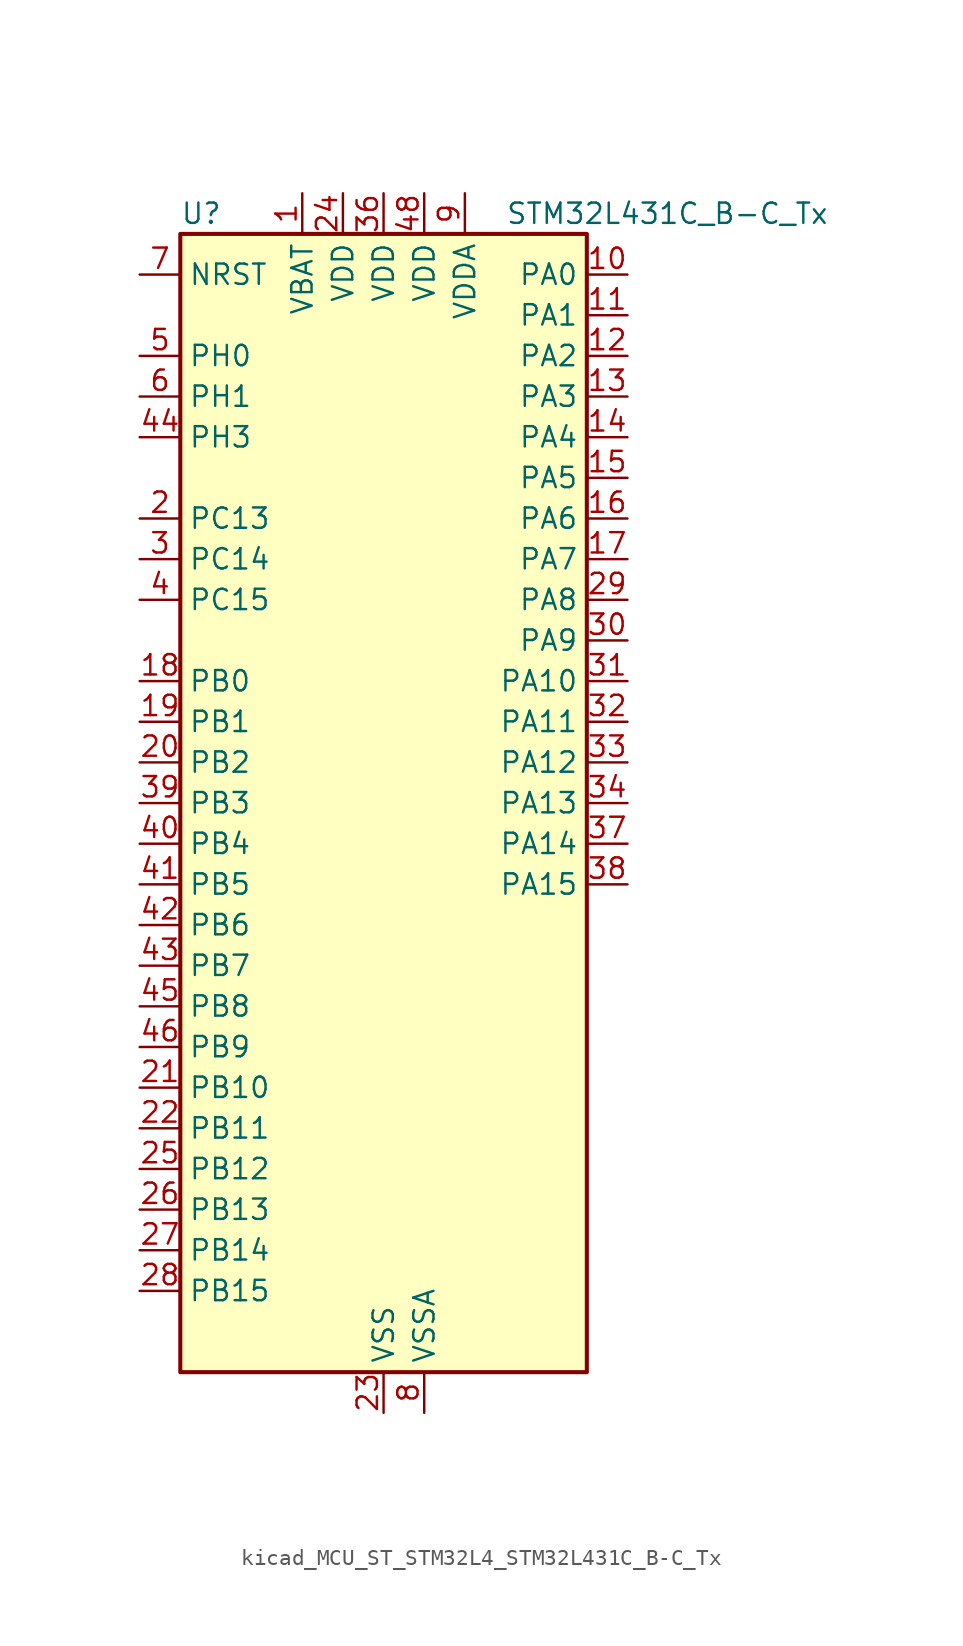
<source format=kicad_sym>
(kicad_symbol_lib
  (version 20220914)
  (generator kicad_symbol_editor)
  (symbol "kicad_MCU_ST_STM32L4_STM32L431C_B-C_Tx"
    (property "Reference" "U"
      (at -12.7 36.83 0)
      (effects (font (size 1.27 1.27)) (justify left)))
    (property "Value" "STM32L431C_B-C_Tx"
      (at 7.62 36.83 0)
      (effects (font (size 1.27 1.27)) (justify left)))
    (property "ki_locked" ""
      (at 0 0 0)
      (effects (font (size 1.27 1.27))))
    (symbol "kicad_MCU_ST_STM32L4_STM32L431C_B-C_Tx_0_1"
      (rectangle (start -12.7 -35.56) (end 12.7 35.56) (stroke (width 0.254) (type default)) (fill (type background))))
    (symbol "kicad_MCU_ST_STM32L4_STM32L431C_B-C_Tx_1_1"
      (pin power_in line (at -5.08 38.1 270) (length 2.54) (name "VBAT" (effects (font (size 1.27 1.27)))) (number "1" (effects (font (size 1.27 1.27)))))
      (pin bidirectional line (at 15.24 33.02 180) (length 2.54) (name "PA0" (effects (font (size 1.27 1.27)))) (number "10" (effects (font (size 1.27 1.27)))) (alternate "ADC1_IN5" bidirectional line) (alternate "COMP1_INM" bidirectional line) (alternate "COMP1_OUT" bidirectional line) (alternate "OPAMP1_VINP" bidirectional line) (alternate "RTC_TAMP2" bidirectional line) (alternate "SAI1_EXTCLK" bidirectional line) (alternate "SYS_WKUP1" bidirectional line) (alternate "TIM2_CH1" bidirectional line) (alternate "TIM2_ETR" bidirectional line) (alternate "USART2_CTS" bidirectional line))
      (pin bidirectional line (at 15.24 30.48 180) (length 2.54) (name "PA1" (effects (font (size 1.27 1.27)))) (number "11" (effects (font (size 1.27 1.27)))) (alternate "ADC1_IN6" bidirectional line) (alternate "COMP1_INP" bidirectional line) (alternate "I2C1_SMBA" bidirectional line) (alternate "OPAMP1_VINM" bidirectional line) (alternate "SPI1_SCK" bidirectional line) (alternate "TIM15_CH1N" bidirectional line) (alternate "TIM2_CH2" bidirectional line) (alternate "USART2_DE" bidirectional line) (alternate "USART2_RTS" bidirectional line))
      (pin bidirectional line (at 15.24 27.94 180) (length 2.54) (name "PA2" (effects (font (size 1.27 1.27)))) (number "12" (effects (font (size 1.27 1.27)))) (alternate "ADC1_IN7" bidirectional line) (alternate "COMP2_INM" bidirectional line) (alternate "COMP2_OUT" bidirectional line) (alternate "LPUART1_TX" bidirectional line) (alternate "QUADSPI_BK1_NCS" bidirectional line) (alternate "RCC_LSCO" bidirectional line) (alternate "SYS_WKUP4" bidirectional line) (alternate "TIM15_CH1" bidirectional line) (alternate "TIM2_CH3" bidirectional line) (alternate "USART2_TX" bidirectional line))
      (pin bidirectional line (at 15.24 25.4 180) (length 2.54) (name "PA3" (effects (font (size 1.27 1.27)))) (number "13" (effects (font (size 1.27 1.27)))) (alternate "ADC1_IN8" bidirectional line) (alternate "COMP2_INP" bidirectional line) (alternate "LPUART1_RX" bidirectional line) (alternate "OPAMP1_VOUT" bidirectional line) (alternate "QUADSPI_CLK" bidirectional line) (alternate "SAI1_MCLK_A" bidirectional line) (alternate "TIM15_CH2" bidirectional line) (alternate "TIM2_CH4" bidirectional line) (alternate "USART2_RX" bidirectional line))
      (pin bidirectional line (at 15.24 22.86 180) (length 2.54) (name "PA4" (effects (font (size 1.27 1.27)))) (number "14" (effects (font (size 1.27 1.27)))) (alternate "ADC1_IN9" bidirectional line) (alternate "COMP1_INM" bidirectional line) (alternate "COMP2_INM" bidirectional line) (alternate "DAC1_OUT1" bidirectional line) (alternate "LPTIM2_OUT" bidirectional line) (alternate "SAI1_FS_B" bidirectional line) (alternate "SPI1_NSS" bidirectional line) (alternate "SPI3_NSS" bidirectional line) (alternate "USART2_CK" bidirectional line))
      (pin bidirectional line (at 15.24 20.32 180) (length 2.54) (name "PA5" (effects (font (size 1.27 1.27)))) (number "15" (effects (font (size 1.27 1.27)))) (alternate "ADC1_IN10" bidirectional line) (alternate "COMP1_INM" bidirectional line) (alternate "COMP2_INM" bidirectional line) (alternate "DAC1_OUT2" bidirectional line) (alternate "LPTIM2_ETR" bidirectional line) (alternate "SPI1_SCK" bidirectional line) (alternate "TIM2_CH1" bidirectional line) (alternate "TIM2_ETR" bidirectional line))
      (pin bidirectional line (at 15.24 17.78 180) (length 2.54) (name "PA6" (effects (font (size 1.27 1.27)))) (number "16" (effects (font (size 1.27 1.27)))) (alternate "ADC1_IN11" bidirectional line) (alternate "COMP1_OUT" bidirectional line) (alternate "LPUART1_CTS" bidirectional line) (alternate "QUADSPI_BK1_IO3" bidirectional line) (alternate "SPI1_MISO" bidirectional line) (alternate "TIM16_CH1" bidirectional line) (alternate "TIM1_BKIN" bidirectional line) (alternate "TIM1_BKIN_COMP2" bidirectional line) (alternate "USART3_CTS" bidirectional line))
      (pin bidirectional line (at 15.24 15.24 180) (length 2.54) (name "PA7" (effects (font (size 1.27 1.27)))) (number "17" (effects (font (size 1.27 1.27)))) (alternate "ADC1_IN12" bidirectional line) (alternate "COMP2_OUT" bidirectional line) (alternate "I2C3_SCL" bidirectional line) (alternate "QUADSPI_BK1_IO2" bidirectional line) (alternate "SPI1_MOSI" bidirectional line) (alternate "TIM1_CH1N" bidirectional line))
      (pin bidirectional line (at -15.24 7.62 0) (length 2.54) (name "PB0" (effects (font (size 1.27 1.27)))) (number "18" (effects (font (size 1.27 1.27)))) (alternate "ADC1_IN15" bidirectional line) (alternate "COMP1_OUT" bidirectional line) (alternate "QUADSPI_BK1_IO1" bidirectional line) (alternate "SAI1_EXTCLK" bidirectional line) (alternate "SPI1_NSS" bidirectional line) (alternate "TIM1_CH2N" bidirectional line) (alternate "USART3_CK" bidirectional line))
      (pin bidirectional line (at -15.24 5.08 0) (length 2.54) (name "PB1" (effects (font (size 1.27 1.27)))) (number "19" (effects (font (size 1.27 1.27)))) (alternate "ADC1_IN16" bidirectional line) (alternate "COMP1_INM" bidirectional line) (alternate "LPTIM2_IN1" bidirectional line) (alternate "LPUART1_DE" bidirectional line) (alternate "LPUART1_RTS" bidirectional line) (alternate "QUADSPI_BK1_IO0" bidirectional line) (alternate "TIM1_CH3N" bidirectional line) (alternate "USART3_DE" bidirectional line) (alternate "USART3_RTS" bidirectional line))
      (pin bidirectional line (at -15.24 17.78 0) (length 2.54) (name "PC13" (effects (font (size 1.27 1.27)))) (number "2" (effects (font (size 1.27 1.27)))) (alternate "RTC_OUT_ALARM" bidirectional line) (alternate "RTC_OUT_CALIB" bidirectional line) (alternate "RTC_TAMP1" bidirectional line) (alternate "RTC_TS" bidirectional line) (alternate "SYS_WKUP2" bidirectional line))
      (pin bidirectional line (at -15.24 2.54 0) (length 2.54) (name "PB2" (effects (font (size 1.27 1.27)))) (number "20" (effects (font (size 1.27 1.27)))) (alternate "COMP1_INP" bidirectional line) (alternate "I2C3_SMBA" bidirectional line) (alternate "LPTIM1_OUT" bidirectional line) (alternate "RTC_OUT_ALARM" bidirectional line) (alternate "RTC_OUT_CALIB" bidirectional line))
      (pin bidirectional line (at -15.24 -17.78 0) (length 2.54) (name "PB10" (effects (font (size 1.27 1.27)))) (number "21" (effects (font (size 1.27 1.27)))) (alternate "COMP1_OUT" bidirectional line) (alternate "I2C2_SCL" bidirectional line) (alternate "LPUART1_RX" bidirectional line) (alternate "QUADSPI_CLK" bidirectional line) (alternate "SAI1_SCK_A" bidirectional line) (alternate "SPI2_SCK" bidirectional line) (alternate "TIM2_CH3" bidirectional line) (alternate "TSC_SYNC" bidirectional line) (alternate "USART3_TX" bidirectional line))
      (pin bidirectional line (at -15.24 -20.32 0) (length 2.54) (name "PB11" (effects (font (size 1.27 1.27)))) (number "22" (effects (font (size 1.27 1.27)))) (alternate "ADC1_EXTI11" bidirectional line) (alternate "COMP2_OUT" bidirectional line) (alternate "I2C2_SDA" bidirectional line) (alternate "LPUART1_TX" bidirectional line) (alternate "QUADSPI_BK1_NCS" bidirectional line) (alternate "TIM2_CH4" bidirectional line) (alternate "USART3_RX" bidirectional line))
      (pin power_in line (at 0 -38.1 90) (length 2.54) (name "VSS" (effects (font (size 1.27 1.27)))) (number "23" (effects (font (size 1.27 1.27)))))
      (pin power_in line (at -2.54 38.1 270) (length 2.54) (name "VDD" (effects (font (size 1.27 1.27)))) (number "24" (effects (font (size 1.27 1.27)))))
      (pin bidirectional line (at -15.24 -22.86 0) (length 2.54) (name "PB12" (effects (font (size 1.27 1.27)))) (number "25" (effects (font (size 1.27 1.27)))) (alternate "I2C2_SMBA" bidirectional line) (alternate "LPUART1_DE" bidirectional line) (alternate "LPUART1_RTS" bidirectional line) (alternate "SAI1_FS_A" bidirectional line) (alternate "SPI2_NSS" bidirectional line) (alternate "SWPMI1_IO" bidirectional line) (alternate "TIM15_BKIN" bidirectional line) (alternate "TIM1_BKIN" bidirectional line) (alternate "TIM1_BKIN_COMP2" bidirectional line) (alternate "TSC_G1_IO1" bidirectional line) (alternate "USART3_CK" bidirectional line))
      (pin bidirectional line (at -15.24 -25.4 0) (length 2.54) (name "PB13" (effects (font (size 1.27 1.27)))) (number "26" (effects (font (size 1.27 1.27)))) (alternate "I2C2_SCL" bidirectional line) (alternate "LPUART1_CTS" bidirectional line) (alternate "SAI1_SCK_A" bidirectional line) (alternate "SPI2_SCK" bidirectional line) (alternate "SWPMI1_TX" bidirectional line) (alternate "TIM15_CH1N" bidirectional line) (alternate "TIM1_CH1N" bidirectional line) (alternate "TSC_G1_IO2" bidirectional line) (alternate "USART3_CTS" bidirectional line))
      (pin bidirectional line (at -15.24 -27.94 0) (length 2.54) (name "PB14" (effects (font (size 1.27 1.27)))) (number "27" (effects (font (size 1.27 1.27)))) (alternate "I2C2_SDA" bidirectional line) (alternate "SAI1_MCLK_A" bidirectional line) (alternate "SPI2_MISO" bidirectional line) (alternate "SWPMI1_RX" bidirectional line) (alternate "TIM15_CH1" bidirectional line) (alternate "TIM1_CH2N" bidirectional line) (alternate "TSC_G1_IO3" bidirectional line) (alternate "USART3_DE" bidirectional line) (alternate "USART3_RTS" bidirectional line))
      (pin bidirectional line (at -15.24 -30.48 0) (length 2.54) (name "PB15" (effects (font (size 1.27 1.27)))) (number "28" (effects (font (size 1.27 1.27)))) (alternate "ADC1_EXTI15" bidirectional line) (alternate "RTC_REFIN" bidirectional line) (alternate "SAI1_SD_A" bidirectional line) (alternate "SPI2_MOSI" bidirectional line) (alternate "SWPMI1_SUSPEND" bidirectional line) (alternate "TIM15_CH2" bidirectional line) (alternate "TIM1_CH3N" bidirectional line) (alternate "TSC_G1_IO4" bidirectional line))
      (pin bidirectional line (at 15.24 12.7 180) (length 2.54) (name "PA8" (effects (font (size 1.27 1.27)))) (number "29" (effects (font (size 1.27 1.27)))) (alternate "LPTIM2_OUT" bidirectional line) (alternate "RCC_MCO" bidirectional line) (alternate "SAI1_SCK_A" bidirectional line) (alternate "SWPMI1_IO" bidirectional line) (alternate "TIM1_CH1" bidirectional line) (alternate "USART1_CK" bidirectional line))
      (pin bidirectional line (at -15.24 15.24 0) (length 2.54) (name "PC14" (effects (font (size 1.27 1.27)))) (number "3" (effects (font (size 1.27 1.27)))) (alternate "RCC_OSC32_IN" bidirectional line))
      (pin bidirectional line (at 15.24 10.16 180) (length 2.54) (name "PA9" (effects (font (size 1.27 1.27)))) (number "30" (effects (font (size 1.27 1.27)))) (alternate "DAC1_EXTI9" bidirectional line) (alternate "I2C1_SCL" bidirectional line) (alternate "SAI1_FS_A" bidirectional line) (alternate "TIM15_BKIN" bidirectional line) (alternate "TIM1_CH2" bidirectional line) (alternate "USART1_TX" bidirectional line))
      (pin bidirectional line (at 15.24 7.62 180) (length 2.54) (name "PA10" (effects (font (size 1.27 1.27)))) (number "31" (effects (font (size 1.27 1.27)))) (alternate "I2C1_SDA" bidirectional line) (alternate "SAI1_SD_A" bidirectional line) (alternate "TIM1_CH3" bidirectional line) (alternate "USART1_RX" bidirectional line))
      (pin bidirectional line (at 15.24 5.08 180) (length 2.54) (name "PA11" (effects (font (size 1.27 1.27)))) (number "32" (effects (font (size 1.27 1.27)))) (alternate "ADC1_EXTI11" bidirectional line) (alternate "CAN1_RX" bidirectional line) (alternate "COMP1_OUT" bidirectional line) (alternate "SPI1_MISO" bidirectional line) (alternate "TIM1_BKIN2" bidirectional line) (alternate "TIM1_BKIN2_COMP1" bidirectional line) (alternate "TIM1_CH4" bidirectional line) (alternate "USART1_CTS" bidirectional line))
      (pin bidirectional line (at 15.24 2.54 180) (length 2.54) (name "PA12" (effects (font (size 1.27 1.27)))) (number "33" (effects (font (size 1.27 1.27)))) (alternate "CAN1_TX" bidirectional line) (alternate "SPI1_MOSI" bidirectional line) (alternate "TIM1_ETR" bidirectional line) (alternate "USART1_DE" bidirectional line) (alternate "USART1_RTS" bidirectional line))
      (pin bidirectional line (at 15.24 0 180) (length 2.54) (name "PA13" (effects (font (size 1.27 1.27)))) (number "34" (effects (font (size 1.27 1.27)))) (alternate "IR_OUT" bidirectional line) (alternate "SAI1_SD_B" bidirectional line) (alternate "SWPMI1_TX" bidirectional line) (alternate "SYS_JTMS-SWDIO" bidirectional line))
      (pin passive line (at 0 -38.1 90) (length 2.54) hide (name "VSS" (effects (font (size 1.27 1.27)))) (number "35" (effects (font (size 1.27 1.27)))))
      (pin power_in line (at 0 38.1 270) (length 2.54) (name "VDD" (effects (font (size 1.27 1.27)))) (number "36" (effects (font (size 1.27 1.27)))))
      (pin bidirectional line (at 15.24 -2.54 180) (length 2.54) (name "PA14" (effects (font (size 1.27 1.27)))) (number "37" (effects (font (size 1.27 1.27)))) (alternate "I2C1_SMBA" bidirectional line) (alternate "LPTIM1_OUT" bidirectional line) (alternate "SAI1_FS_B" bidirectional line) (alternate "SWPMI1_RX" bidirectional line) (alternate "SYS_JTCK-SWCLK" bidirectional line))
      (pin bidirectional line (at 15.24 -5.08 180) (length 2.54) (name "PA15" (effects (font (size 1.27 1.27)))) (number "38" (effects (font (size 1.27 1.27)))) (alternate "ADC1_EXTI15" bidirectional line) (alternate "SPI1_NSS" bidirectional line) (alternate "SPI3_NSS" bidirectional line) (alternate "SWPMI1_SUSPEND" bidirectional line) (alternate "SYS_JTDI" bidirectional line) (alternate "TIM2_CH1" bidirectional line) (alternate "TIM2_ETR" bidirectional line) (alternate "USART2_RX" bidirectional line) (alternate "USART3_DE" bidirectional line) (alternate "USART3_RTS" bidirectional line))
      (pin bidirectional line (at -15.24 0 0) (length 2.54) (name "PB3" (effects (font (size 1.27 1.27)))) (number "39" (effects (font (size 1.27 1.27)))) (alternate "COMP2_INM" bidirectional line) (alternate "SAI1_SCK_B" bidirectional line) (alternate "SPI1_SCK" bidirectional line) (alternate "SPI3_SCK" bidirectional line) (alternate "SYS_JTDO-SWO" bidirectional line) (alternate "TIM2_CH2" bidirectional line) (alternate "USART1_DE" bidirectional line) (alternate "USART1_RTS" bidirectional line))
      (pin bidirectional line (at -15.24 12.7 0) (length 2.54) (name "PC15" (effects (font (size 1.27 1.27)))) (number "4" (effects (font (size 1.27 1.27)))) (alternate "ADC1_EXTI15" bidirectional line) (alternate "RCC_OSC32_OUT" bidirectional line))
      (pin bidirectional line (at -15.24 -2.54 0) (length 2.54) (name "PB4" (effects (font (size 1.27 1.27)))) (number "40" (effects (font (size 1.27 1.27)))) (alternate "COMP2_INP" bidirectional line) (alternate "I2C3_SDA" bidirectional line) (alternate "SAI1_MCLK_B" bidirectional line) (alternate "SPI1_MISO" bidirectional line) (alternate "SPI3_MISO" bidirectional line) (alternate "SYS_JTRST" bidirectional line) (alternate "TSC_G2_IO1" bidirectional line) (alternate "USART1_CTS" bidirectional line))
      (pin bidirectional line (at -15.24 -5.08 0) (length 2.54) (name "PB5" (effects (font (size 1.27 1.27)))) (number "41" (effects (font (size 1.27 1.27)))) (alternate "COMP2_OUT" bidirectional line) (alternate "I2C1_SMBA" bidirectional line) (alternate "LPTIM1_IN1" bidirectional line) (alternate "SAI1_SD_B" bidirectional line) (alternate "SPI1_MOSI" bidirectional line) (alternate "SPI3_MOSI" bidirectional line) (alternate "TIM16_BKIN" bidirectional line) (alternate "TSC_G2_IO2" bidirectional line) (alternate "USART1_CK" bidirectional line))
      (pin bidirectional line (at -15.24 -7.62 0) (length 2.54) (name "PB6" (effects (font (size 1.27 1.27)))) (number "42" (effects (font (size 1.27 1.27)))) (alternate "COMP2_INP" bidirectional line) (alternate "I2C1_SCL" bidirectional line) (alternate "LPTIM1_ETR" bidirectional line) (alternate "SAI1_FS_B" bidirectional line) (alternate "TIM16_CH1N" bidirectional line) (alternate "TSC_G2_IO3" bidirectional line) (alternate "USART1_TX" bidirectional line))
      (pin bidirectional line (at -15.24 -10.16 0) (length 2.54) (name "PB7" (effects (font (size 1.27 1.27)))) (number "43" (effects (font (size 1.27 1.27)))) (alternate "COMP2_INM" bidirectional line) (alternate "I2C1_SDA" bidirectional line) (alternate "LPTIM1_IN2" bidirectional line) (alternate "SYS_PVD_IN" bidirectional line) (alternate "TSC_G2_IO4" bidirectional line) (alternate "USART1_RX" bidirectional line))
      (pin bidirectional line (at -15.24 22.86 0) (length 2.54) (name "PH3" (effects (font (size 1.27 1.27)))) (number "44" (effects (font (size 1.27 1.27)))))
      (pin bidirectional line (at -15.24 -12.7 0) (length 2.54) (name "PB8" (effects (font (size 1.27 1.27)))) (number "45" (effects (font (size 1.27 1.27)))) (alternate "CAN1_RX" bidirectional line) (alternate "I2C1_SCL" bidirectional line) (alternate "SAI1_MCLK_A" bidirectional line) (alternate "TIM16_CH1" bidirectional line))
      (pin bidirectional line (at -15.24 -15.24 0) (length 2.54) (name "PB9" (effects (font (size 1.27 1.27)))) (number "46" (effects (font (size 1.27 1.27)))) (alternate "CAN1_TX" bidirectional line) (alternate "DAC1_EXTI9" bidirectional line) (alternate "I2C1_SDA" bidirectional line) (alternate "IR_OUT" bidirectional line) (alternate "SAI1_FS_A" bidirectional line) (alternate "SPI2_NSS" bidirectional line))
      (pin passive line (at 0 -38.1 90) (length 2.54) hide (name "VSS" (effects (font (size 1.27 1.27)))) (number "47" (effects (font (size 1.27 1.27)))))
      (pin power_in line (at 2.54 38.1 270) (length 2.54) (name "VDD" (effects (font (size 1.27 1.27)))) (number "48" (effects (font (size 1.27 1.27)))))
      (pin bidirectional line (at -15.24 27.94 0) (length 2.54) (name "PH0" (effects (font (size 1.27 1.27)))) (number "5" (effects (font (size 1.27 1.27)))) (alternate "RCC_OSC_IN" bidirectional line))
      (pin bidirectional line (at -15.24 25.4 0) (length 2.54) (name "PH1" (effects (font (size 1.27 1.27)))) (number "6" (effects (font (size 1.27 1.27)))) (alternate "RCC_OSC_OUT" bidirectional line))
      (pin input line (at -15.24 33.02 0) (length 2.54) (name "NRST" (effects (font (size 1.27 1.27)))) (number "7" (effects (font (size 1.27 1.27)))))
      (pin power_in line (at 2.54 -38.1 90) (length 2.54) (name "VSSA" (effects (font (size 1.27 1.27)))) (number "8" (effects (font (size 1.27 1.27)))))
      (pin power_in line (at 5.08 38.1 270) (length 2.54) (name "VDDA" (effects (font (size 1.27 1.27)))) (number "9" (effects (font (size 1.27 1.27))))))))
</source>
